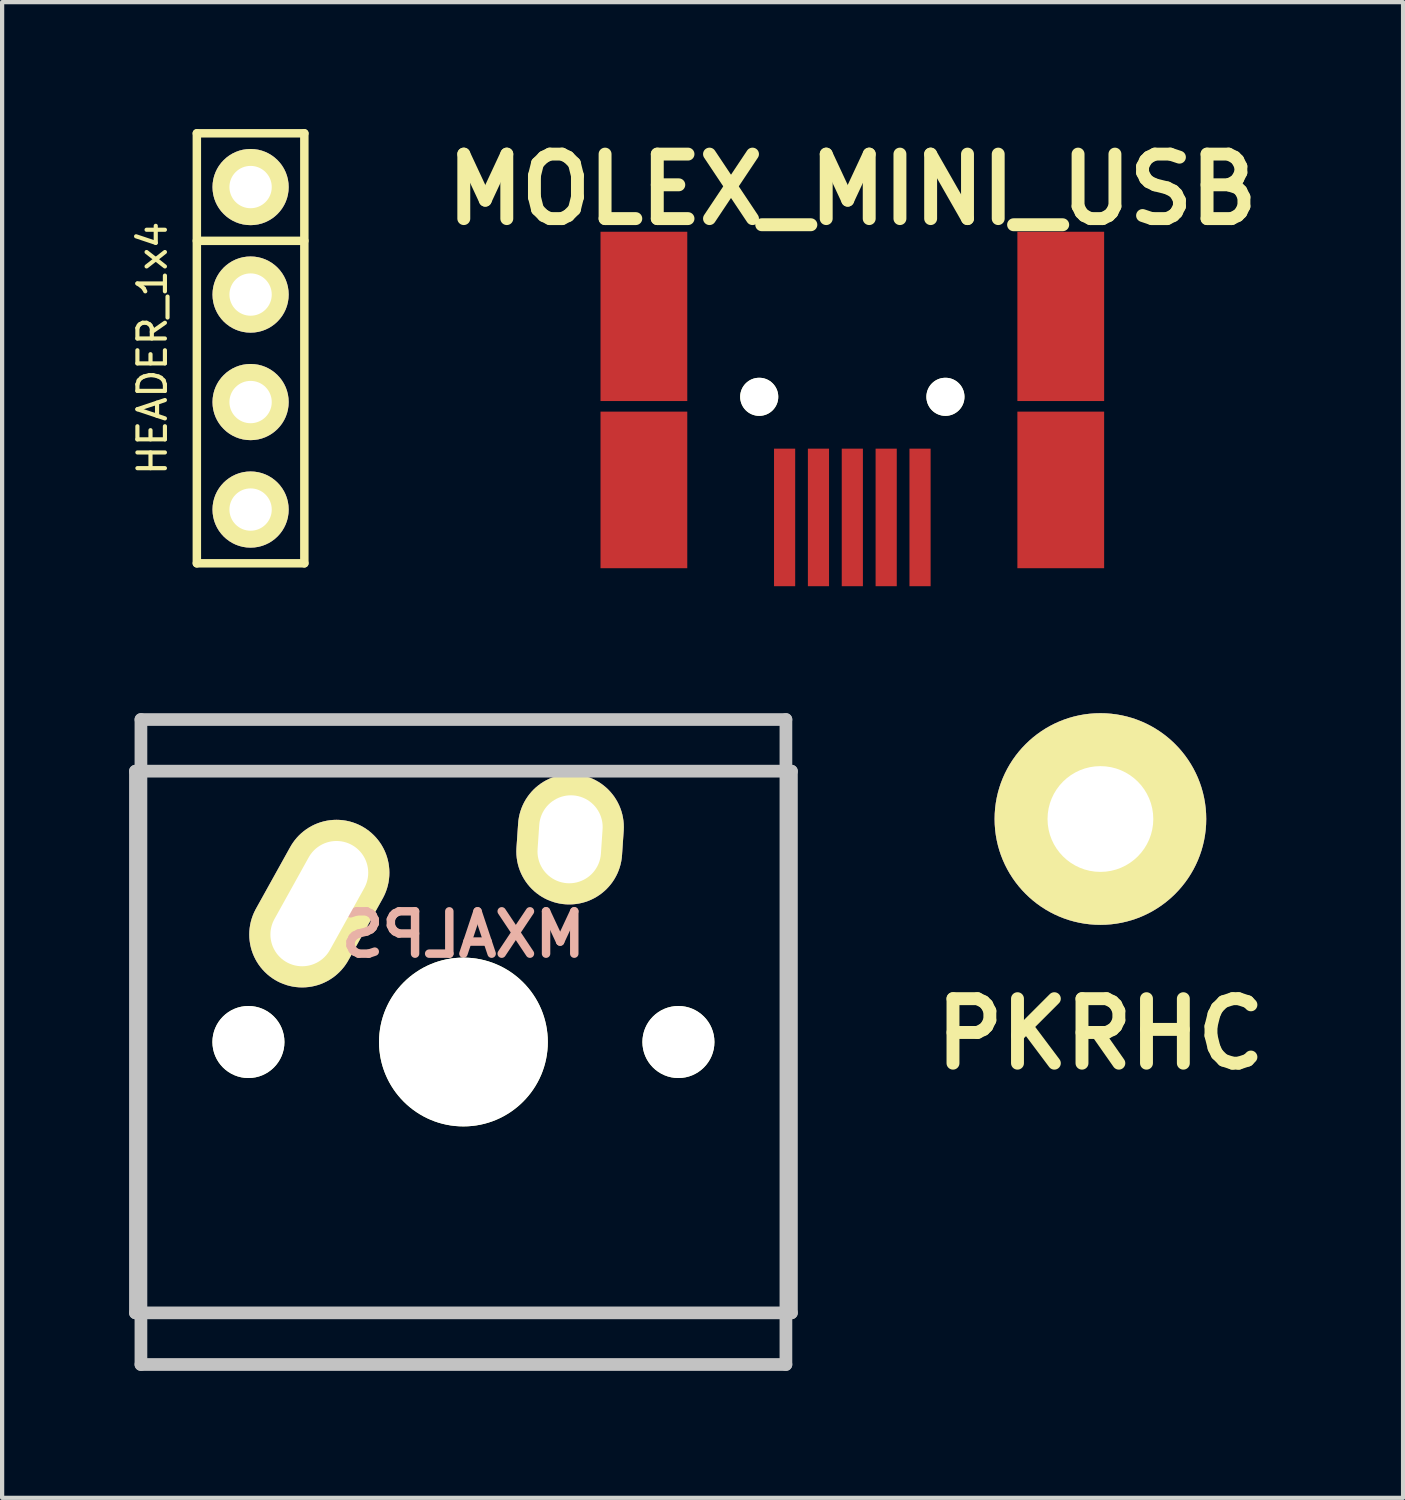
<source format=kicad_pcb>
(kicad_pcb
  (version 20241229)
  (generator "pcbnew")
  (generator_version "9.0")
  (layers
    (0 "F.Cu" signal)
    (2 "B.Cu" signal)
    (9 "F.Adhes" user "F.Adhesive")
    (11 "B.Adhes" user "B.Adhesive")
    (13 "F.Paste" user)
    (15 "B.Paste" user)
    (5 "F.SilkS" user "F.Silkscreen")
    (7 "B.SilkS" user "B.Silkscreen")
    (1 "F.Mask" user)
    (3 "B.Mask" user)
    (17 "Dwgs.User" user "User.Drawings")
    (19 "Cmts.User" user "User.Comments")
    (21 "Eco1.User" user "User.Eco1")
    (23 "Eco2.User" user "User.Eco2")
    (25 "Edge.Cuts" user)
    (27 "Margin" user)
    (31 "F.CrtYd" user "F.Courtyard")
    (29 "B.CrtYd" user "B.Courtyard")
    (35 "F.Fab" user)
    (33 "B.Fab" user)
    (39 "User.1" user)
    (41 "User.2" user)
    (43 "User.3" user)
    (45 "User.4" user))
  (footprint "HEADER_1x4"
    (layer "F.Cu")
    (at 2.871 5.18)
    (property "Reference" "HEADER_1x4" (at -2.32 0 90) (layer "F.SilkS") (effects (font (size 0.65 0.65) (thickness 0.098))))
    (attr through_hole)
    (fp_line (start -1.27 -5.08) (end -1.27 5.08) (stroke (width 0.2) (type solid)) (layer "F.SilkS"))
    (fp_line (start -1.27 -5.08) (end 1.27 -5.08) (stroke (width 0.2) (type solid)) (layer "F.SilkS"))
    (fp_line (start -1.27 -2.54) (end 1.27 -2.54) (stroke (width 0.2) (type solid)) (layer "F.SilkS"))
    (fp_line (start -1.27 5.08) (end 1.27 5.08) (stroke (width 0.2) (type solid)) (layer "F.SilkS"))
    (fp_line (start 1.27 -5.08) (end 1.27 5.08) (stroke (width 0.2) (type solid)) (layer "F.SilkS"))
    (pad "1" thru_hole circle (at 0 -3.81) (size 1.8 1.8) (drill 1) (layers "*.Cu" "*.Mask" "F.SilkS"))
    (pad "2" thru_hole circle (at 0 -1.27) (size 1.8 1.8) (drill 1) (layers "*.Cu" "*.Mask" "F.SilkS"))
    (pad "3" thru_hole circle (at 0 1.27) (size 1.8 1.8) (drill 1) (layers "*.Cu" "*.Mask" "F.SilkS"))
    (pad "4" thru_hole circle (at 0 3.81) (size 1.8 1.8) (drill 1) (layers "*.Cu" "*.Mask" "F.SilkS")))
  (footprint "PKRHC"
    (layer "F.Cu")
    (at 22.951 16.302)
    (property "Reference" "PKRHC" (at 0 5.08 0) (layer "F.SilkS") (effects (font (size 1.524 1.524) (thickness 0.305))))
    (attr through_hole)
    (pad "1" thru_hole circle (at 0 0) (size 5.001 5.001) (drill 2.499) (layers "*.Cu" "*.Mask" "F.SilkS")))
  (footprint "MXALPS"
    (layer "F.Cu")
    (at 7.9 21.571)
    (property "Reference" "MXALPS" (at 0 -2.54 0) (layer "B.SilkS") (effects (font (size 1 1) (thickness 0.2)) (justify mirror)))
    (attr through_hole)
    (fp_line (start -7.75 6.4) (end -7.75 -6.4) (stroke (width 0.3) (type solid)) (layer "Dwgs.User"))
    (fp_line (start -7.75 6.4) (end 7.75 6.4) (stroke (width 0.3) (type solid)) (layer "Dwgs.User"))
    (fp_line (start -7.62 -7.62) (end 7.62 -7.62) (stroke (width 0.3) (type solid)) (layer "Dwgs.User"))
    (fp_line (start -7.62 7.62) (end -7.62 -7.62) (stroke (width 0.3) (type solid)) (layer "Dwgs.User"))
    (fp_line (start 7.62 -7.62) (end 7.62 7.62) (stroke (width 0.3) (type solid)) (layer "Dwgs.User"))
    (fp_line (start 7.62 7.62) (end -7.62 7.62) (stroke (width 0.3) (type solid)) (layer "Dwgs.User"))
    (fp_line (start 7.75 -6.4) (end -7.75 -6.4) (stroke (width 0.3) (type solid)) (layer "Dwgs.User"))
    (fp_line (start 7.75 6.4) (end 7.75 -6.4) (stroke (width 0.3) (type solid)) (layer "Dwgs.User"))
    (pad "" np_thru_hole circle (at -5.08 0) (size 1.702 1.702) (drill 1.702) (layers "*.Cu" "*.Mask" "F.SilkS"))
    (pad "" np_thru_hole circle (at 0 0) (size 3.988 3.988) (drill 3.988) (layers "*.Cu" "*.Mask" "F.SilkS"))
    (pad "" np_thru_hole circle (at 5.08 0) (size 1.702 1.702) (drill 1.702) (layers "*.Cu" "*.Mask" "F.SilkS"))
    (pad "1" thru_hole oval (at -3.405 -3.27 330.95) (size 2.5 4.17) (drill oval 1.5 3.17) (layers "*.Cu" "*.Mask" "F.SilkS"))
    (pad "2" thru_hole oval (at 2.52 -4.79 356.1) (size 2.5 3.08) (drill oval 1.5 2.08) (layers "*.Cu" "*.Mask" "F.SilkS")))
  (footprint "MOLEX_MINI_USB"
    (layer "F.Cu")
    (at 17.089 2.426)
    (property "Reference" "MOLEX_MINI_USB" (at 0 -1 0) (layer "F.SilkS") (effects (font (size 1.524 1.524) (thickness 0.305))))
    (attr smd)
    (pad "" np_thru_hole circle (at -2.2 3.9) (size 0.9 0.9) (drill 0.9) (layers "*.Cu" "*.Mask" "F.SilkS"))
    (pad "" np_thru_hole circle (at 2.2 3.9) (size 0.9 0.9) (drill 0.9) (layers "*.Cu" "*.Mask" "F.SilkS"))
    (pad "1" smd rect (at 1.6 6.75) (size 0.5 3.25) (layers "F.Cu" "F.Mask" "F.Paste"))
    (pad "2" smd rect (at 0.8 6.75) (size 0.5 3.25) (layers "F.Cu" "F.Mask" "F.Paste"))
    (pad "3" smd rect (at 0 6.75) (size 0.5 3.25) (layers "F.Cu" "F.Mask" "F.Paste"))
    (pad "4" smd rect (at -0.8 6.75) (size 0.5 3.25) (layers "F.Cu" "F.Mask" "F.Paste"))
    (pad "5" smd rect (at -1.6 6.75) (size 0.5 3.25) (layers "F.Cu" "F.Mask" "F.Paste"))
    (pad "6" smd rect (at -4.925 2) (size 2.05 4) (layers "F.Cu" "F.Mask" "F.Paste"))
    (pad "6" smd rect (at -4.925 6.1) (size 2.05 3.7) (layers "F.Cu" "F.Mask" "F.Paste"))
    (pad "6" smd rect (at 4.925 2) (size 2.05 4) (layers "F.Cu" "F.Mask" "F.Paste"))
    (pad "6" smd rect (at 4.925 6.1) (size 2.05 3.7) (layers "F.Cu" "F.Mask" "F.Paste")))
  (gr_rect
    (start -3 -3)
    (end 30.102 32.341)
    (stroke (width 0.1) (type default))
    (fill no)
    (layer "Edge.Cuts")))
</source>
